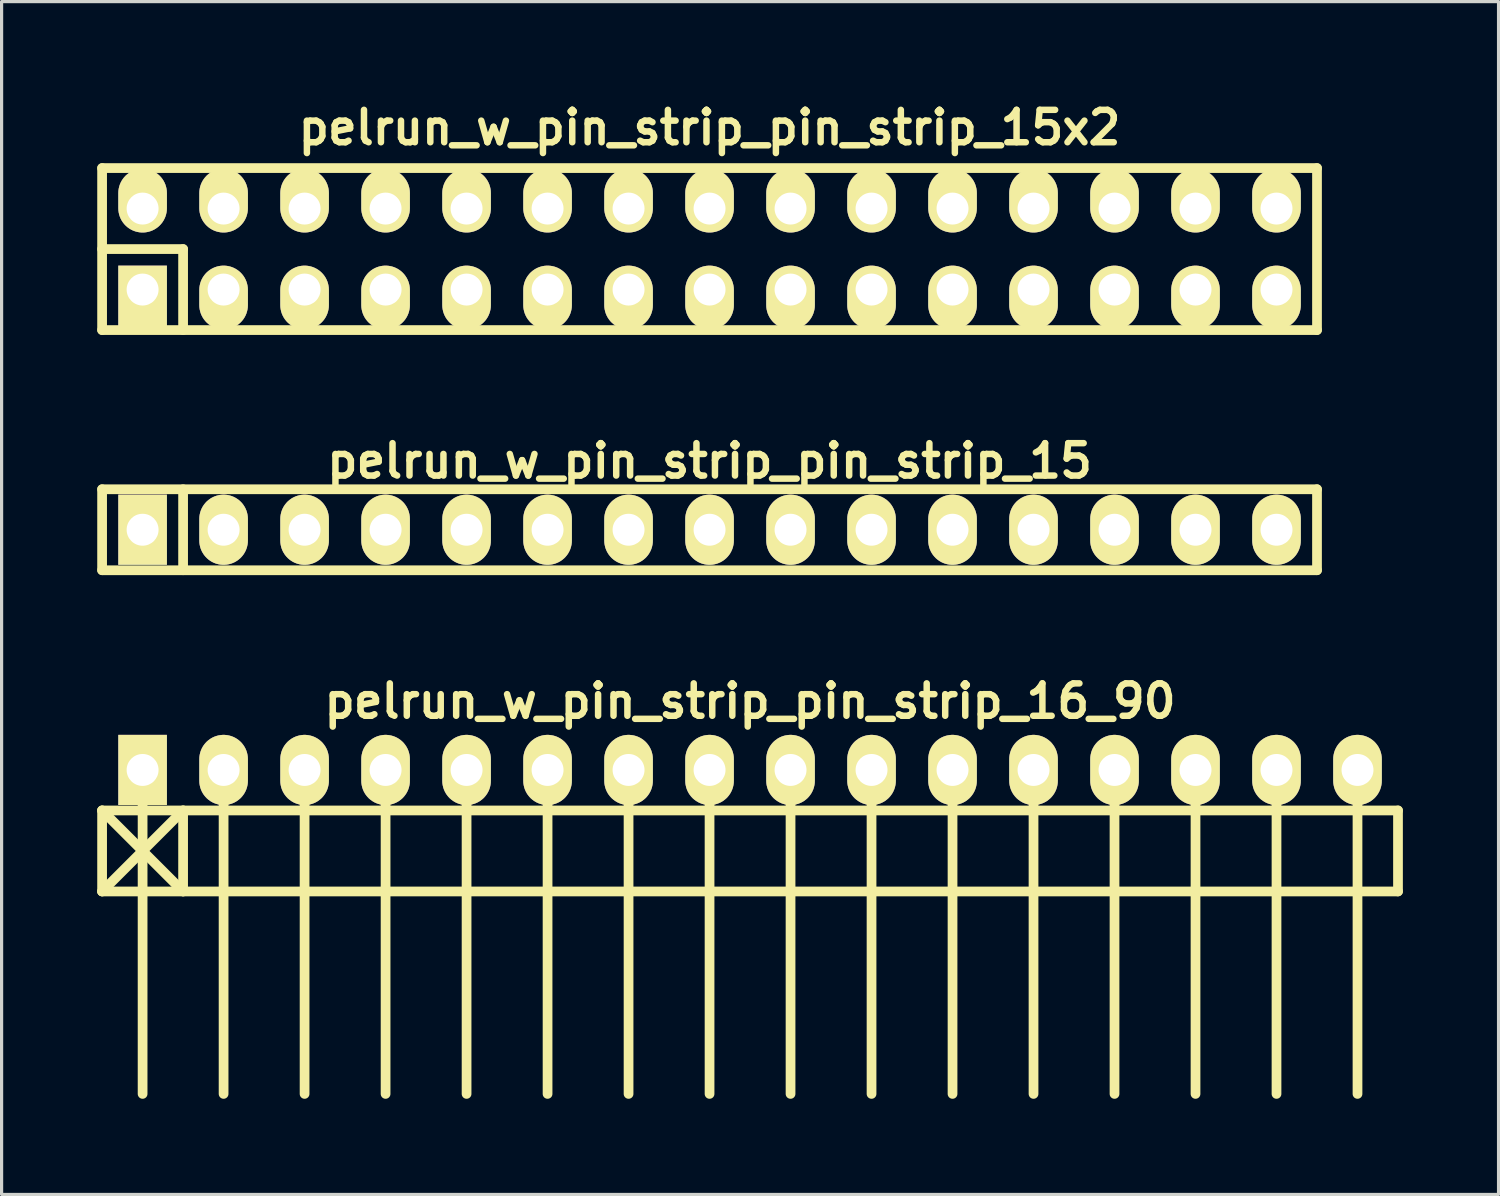
<source format=kicad_pcb>
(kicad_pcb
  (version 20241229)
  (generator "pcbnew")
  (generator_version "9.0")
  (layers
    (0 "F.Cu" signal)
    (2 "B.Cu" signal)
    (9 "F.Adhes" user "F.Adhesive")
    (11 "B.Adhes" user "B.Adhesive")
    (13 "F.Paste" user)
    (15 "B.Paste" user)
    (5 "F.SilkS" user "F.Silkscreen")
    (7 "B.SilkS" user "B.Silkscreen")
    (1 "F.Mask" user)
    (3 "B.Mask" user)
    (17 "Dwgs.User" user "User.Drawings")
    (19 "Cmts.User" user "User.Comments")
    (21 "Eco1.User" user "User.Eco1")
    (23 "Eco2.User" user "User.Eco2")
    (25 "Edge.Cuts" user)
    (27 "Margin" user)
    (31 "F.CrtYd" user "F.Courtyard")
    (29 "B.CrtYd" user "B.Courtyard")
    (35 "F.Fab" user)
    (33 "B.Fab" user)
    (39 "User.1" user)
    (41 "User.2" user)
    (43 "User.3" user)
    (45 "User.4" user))
  (footprint "pelrun_w_pin_strip_pin_strip_16_90"
    (layer "F.Cu")
    (at 20.472 21.096)
    (property "Reference" "pelrun_w_pin_strip_pin_strip_16_90" (at 0 -2.159 0) (layer "F.SilkS") (effects (font (size 1.016 1.016) (thickness 0.203))))
    (attr through_hole)
    (fp_line (start -20.32 1.27) (end 20.32 1.27) (stroke (width 0.305) (type solid)) (layer "F.SilkS"))
    (fp_line (start -20.32 3.81) (end -20.32 1.27) (stroke (width 0.305) (type solid)) (layer "F.SilkS"))
    (fp_line (start -20.32 3.81) (end -17.78 1.27) (stroke (width 0.305) (type solid)) (layer "F.SilkS"))
    (fp_line (start -19.05 0) (end -19.05 10.16) (stroke (width 0.305) (type solid)) (layer "F.SilkS"))
    (fp_line (start -17.78 1.27) (end -17.78 3.81) (stroke (width 0.305) (type solid)) (layer "F.SilkS"))
    (fp_line (start -17.78 3.81) (end -20.32 1.27) (stroke (width 0.305) (type solid)) (layer "F.SilkS"))
    (fp_line (start -16.51 0) (end -16.51 10.16) (stroke (width 0.305) (type solid)) (layer "F.SilkS"))
    (fp_line (start -13.97 10.16) (end -13.97 0) (stroke (width 0.305) (type solid)) (layer "F.SilkS"))
    (fp_line (start -11.43 0) (end -11.43 10.16) (stroke (width 0.305) (type solid)) (layer "F.SilkS"))
    (fp_line (start -8.89 0) (end -8.89 10.16) (stroke (width 0.305) (type solid)) (layer "F.SilkS"))
    (fp_line (start -6.35 0) (end -6.35 10.16) (stroke (width 0.305) (type solid)) (layer "F.SilkS"))
    (fp_line (start -3.81 0) (end -3.81 10.16) (stroke (width 0.305) (type solid)) (layer "F.SilkS"))
    (fp_line (start -1.27 0) (end -1.27 10.16) (stroke (width 0.305) (type solid)) (layer "F.SilkS"))
    (fp_line (start 1.27 0) (end 1.27 10.16) (stroke (width 0.305) (type solid)) (layer "F.SilkS"))
    (fp_line (start 3.81 0) (end 3.81 10.16) (stroke (width 0.305) (type solid)) (layer "F.SilkS"))
    (fp_line (start 6.35 0) (end 6.35 10.16) (stroke (width 0.305) (type solid)) (layer "F.SilkS"))
    (fp_line (start 8.89 0) (end 8.89 10.16) (stroke (width 0.305) (type solid)) (layer "F.SilkS"))
    (fp_line (start 11.43 10.16) (end 11.43 0) (stroke (width 0.305) (type solid)) (layer "F.SilkS"))
    (fp_line (start 13.97 0) (end 13.97 10.16) (stroke (width 0.305) (type solid)) (layer "F.SilkS"))
    (fp_line (start 16.51 0) (end 16.51 10.16) (stroke (width 0.305) (type solid)) (layer "F.SilkS"))
    (fp_line (start 19.05 0) (end 19.05 10.16) (stroke (width 0.305) (type solid)) (layer "F.SilkS"))
    (fp_line (start 20.32 1.27) (end 20.32 3.81) (stroke (width 0.305) (type solid)) (layer "F.SilkS"))
    (fp_line (start 20.32 3.81) (end -20.32 3.81) (stroke (width 0.305) (type solid)) (layer "F.SilkS"))
    (pad "1" thru_hole rect (at -19.05 0) (size 1.524 2.2) (drill 1.001) (layers "*.Cu" "*.Mask" "F.SilkS"))
    (pad "2" thru_hole oval (at -16.51 0) (size 1.524 2.2) (drill 1.001) (layers "*.Cu" "*.Mask" "F.SilkS"))
    (pad "3" thru_hole oval (at -13.97 0) (size 1.524 2.2) (drill 1.001) (layers "*.Cu" "*.Mask" "F.SilkS"))
    (pad "4" thru_hole oval (at -11.43 0) (size 1.524 2.2) (drill 1.001) (layers "*.Cu" "*.Mask" "F.SilkS"))
    (pad "5" thru_hole oval (at -8.89 0) (size 1.524 2.2) (drill 1.001) (layers "*.Cu" "*.Mask" "F.SilkS"))
    (pad "6" thru_hole oval (at -6.35 0) (size 1.524 2.2) (drill 1.001) (layers "*.Cu" "*.Mask" "F.SilkS"))
    (pad "7" thru_hole oval (at -3.81 0) (size 1.524 2.2) (drill 1.001) (layers "*.Cu" "*.Mask" "F.SilkS"))
    (pad "8" thru_hole oval (at -1.27 0) (size 1.524 2.2) (drill 1.001) (layers "*.Cu" "*.Mask" "F.SilkS"))
    (pad "9" thru_hole oval (at 1.27 0) (size 1.524 2.2) (drill 1.001) (layers "*.Cu" "*.Mask" "F.SilkS"))
    (pad "10" thru_hole oval (at 3.81 0) (size 1.524 2.2) (drill 1.001) (layers "*.Cu" "*.Mask" "F.SilkS"))
    (pad "11" thru_hole oval (at 6.35 0) (size 1.524 2.2) (drill 1.001) (layers "*.Cu" "*.Mask" "F.SilkS"))
    (pad "12" thru_hole oval (at 8.89 0) (size 1.524 2.2) (drill 1.001) (layers "*.Cu" "*.Mask" "F.SilkS"))
    (pad "13" thru_hole oval (at 11.43 0) (size 1.524 2.2) (drill 1.001) (layers "*.Cu" "*.Mask" "F.SilkS"))
    (pad "14" thru_hole oval (at 13.97 0) (size 1.524 2.2) (drill 1.001) (layers "*.Cu" "*.Mask" "F.SilkS"))
    (pad "15" thru_hole oval (at 16.51 0) (size 1.524 2.2) (drill 1.001) (layers "*.Cu" "*.Mask" "F.SilkS"))
    (pad "16" thru_hole oval (at 19.05 0) (size 1.524 2.2) (drill 1.001) (layers "*.Cu" "*.Mask" "F.SilkS")))
  (footprint "pelrun_w_pin_strip_pin_strip_15"
    (layer "F.Cu")
    (at 19.202 13.563)
    (property "Reference" "pelrun_w_pin_strip_pin_strip_15" (at 0 -2.159 0) (layer "F.SilkS") (effects (font (size 1.016 1.016) (thickness 0.203))))
    (attr through_hole)
    (fp_line (start -19.05 -1.27) (end 19.05 -1.27) (stroke (width 0.305) (type solid)) (layer "F.SilkS"))
    (fp_line (start -19.05 1.27) (end -19.05 -1.27) (stroke (width 0.305) (type solid)) (layer "F.SilkS"))
    (fp_line (start -16.51 -1.27) (end -16.51 1.27) (stroke (width 0.305) (type solid)) (layer "F.SilkS"))
    (fp_line (start 19.05 -1.27) (end 19.05 1.27) (stroke (width 0.305) (type solid)) (layer "F.SilkS"))
    (fp_line (start 19.05 1.27) (end -19.05 1.27) (stroke (width 0.305) (type solid)) (layer "F.SilkS"))
    (pad "1" thru_hole rect (at -17.78 0) (size 1.524 2.2) (drill 1.001) (layers "*.Cu" "*.Mask" "F.SilkS"))
    (pad "2" thru_hole oval (at -15.24 0) (size 1.524 2.2) (drill 1.001) (layers "*.Cu" "*.Mask" "F.SilkS"))
    (pad "3" thru_hole oval (at -12.7 0) (size 1.524 2.2) (drill 1.001) (layers "*.Cu" "*.Mask" "F.SilkS"))
    (pad "4" thru_hole oval (at -10.16 0) (size 1.524 2.2) (drill 1.001) (layers "*.Cu" "*.Mask" "F.SilkS"))
    (pad "5" thru_hole oval (at -7.62 0) (size 1.524 2.2) (drill 1.001) (layers "*.Cu" "*.Mask" "F.SilkS"))
    (pad "6" thru_hole oval (at -5.08 0) (size 1.524 2.2) (drill 1.001) (layers "*.Cu" "*.Mask" "F.SilkS"))
    (pad "7" thru_hole oval (at -2.54 0) (size 1.524 2.2) (drill 1.001) (layers "*.Cu" "*.Mask" "F.SilkS"))
    (pad "8" thru_hole oval (at 0 0) (size 1.524 2.2) (drill 1.001) (layers "*.Cu" "*.Mask" "F.SilkS"))
    (pad "9" thru_hole oval (at 2.54 0) (size 1.524 2.2) (drill 1.001) (layers "*.Cu" "*.Mask" "F.SilkS"))
    (pad "10" thru_hole oval (at 5.08 0) (size 1.524 2.2) (drill 1.001) (layers "*.Cu" "*.Mask" "F.SilkS"))
    (pad "11" thru_hole oval (at 7.62 0) (size 1.524 2.2) (drill 1.001) (layers "*.Cu" "*.Mask" "F.SilkS"))
    (pad "12" thru_hole oval (at 10.16 0) (size 1.524 2.2) (drill 1.001) (layers "*.Cu" "*.Mask" "F.SilkS"))
    (pad "13" thru_hole oval (at 12.7 0) (size 1.524 2.2) (drill 1.001) (layers "*.Cu" "*.Mask" "F.SilkS"))
    (pad "14" thru_hole oval (at 15.24 0) (size 1.524 2.2) (drill 1.001) (layers "*.Cu" "*.Mask" "F.SilkS"))
    (pad "15" thru_hole oval (at 17.78 0) (size 1.524 2.2) (drill 1.001) (layers "*.Cu" "*.Mask" "F.SilkS")))
  (footprint "pelrun_w_pin_strip_pin_strip_15x2"
    (layer "F.Cu")
    (at 19.202 4.761)
    (property "Reference" "pelrun_w_pin_strip_pin_strip_15x2" (at 0 -3.81 0) (layer "F.SilkS") (effects (font (size 1.016 1.016) (thickness 0.203))))
    (attr through_hole)
    (fp_line (start -19.05 -2.54) (end -19.05 2.54) (stroke (width 0.305) (type solid)) (layer "F.SilkS"))
    (fp_line (start -19.05 -2.54) (end 19.05 -2.54) (stroke (width 0.305) (type solid)) (layer "F.SilkS"))
    (fp_line (start -19.05 0) (end -16.51 0) (stroke (width 0.305) (type solid)) (layer "F.SilkS"))
    (fp_line (start -16.51 0) (end -16.51 2.54) (stroke (width 0.305) (type solid)) (layer "F.SilkS"))
    (fp_line (start 19.05 2.54) (end -19.05 2.54) (stroke (width 0.305) (type solid)) (layer "F.SilkS"))
    (fp_line (start 19.05 2.54) (end 19.05 -2.54) (stroke (width 0.305) (type solid)) (layer "F.SilkS"))
    (pad "1" thru_hole rect (at -17.78 1.27) (size 1.524 1.999) (drill 1.001 (offset 0 0.249)) (layers "*.Cu" "*.Mask" "F.SilkS"))
    (pad "2" thru_hole oval (at -17.78 -1.27) (size 1.524 1.999) (drill 1.001 (offset 0 -0.249)) (layers "*.Cu" "*.Mask" "F.SilkS"))
    (pad "3" thru_hole oval (at -15.24 1.27) (size 1.524 1.999) (drill 1.001 (offset 0 0.249)) (layers "*.Cu" "*.Mask" "F.SilkS"))
    (pad "4" thru_hole oval (at -15.24 -1.27) (size 1.524 1.999) (drill 1.001 (offset 0 -0.249)) (layers "*.Cu" "*.Mask" "F.SilkS"))
    (pad "5" thru_hole oval (at -12.7 1.27) (size 1.524 1.999) (drill 1.001 (offset 0 0.249)) (layers "*.Cu" "*.Mask" "F.SilkS"))
    (pad "6" thru_hole oval (at -12.7 -1.27) (size 1.524 1.999) (drill 1.001 (offset 0 -0.249)) (layers "*.Cu" "*.Mask" "F.SilkS"))
    (pad "7" thru_hole oval (at -10.16 1.27) (size 1.524 1.999) (drill 1.001 (offset 0 0.249)) (layers "*.Cu" "*.Mask" "F.SilkS"))
    (pad "8" thru_hole oval (at -10.16 -1.27) (size 1.524 1.999) (drill 1.001 (offset 0 -0.249)) (layers "*.Cu" "*.Mask" "F.SilkS"))
    (pad "9" thru_hole oval (at -7.62 1.27) (size 1.524 1.999) (drill 1.001 (offset 0 0.249)) (layers "*.Cu" "*.Mask" "F.SilkS"))
    (pad "10" thru_hole oval (at -7.62 -1.27) (size 1.524 1.999) (drill 1.001 (offset 0 -0.249)) (layers "*.Cu" "*.Mask" "F.SilkS"))
    (pad "11" thru_hole oval (at -5.08 1.27) (size 1.524 1.999) (drill 1.001 (offset 0 0.249)) (layers "*.Cu" "*.Mask" "F.SilkS"))
    (pad "12" thru_hole oval (at -5.08 -1.27) (size 1.524 1.999) (drill 1.001 (offset 0 -0.249)) (layers "*.Cu" "*.Mask" "F.SilkS"))
    (pad "13" thru_hole oval (at -2.54 1.27) (size 1.524 1.999) (drill 1.001 (offset 0 0.249)) (layers "*.Cu" "*.Mask" "F.SilkS"))
    (pad "14" thru_hole oval (at -2.54 -1.27) (size 1.524 1.999) (drill 1.001 (offset 0 -0.249)) (layers "*.Cu" "*.Mask" "F.SilkS"))
    (pad "15" thru_hole oval (at 0 1.27) (size 1.524 1.999) (drill 1.001 (offset 0 0.249)) (layers "*.Cu" "*.Mask" "F.SilkS"))
    (pad "16" thru_hole oval (at 0 -1.27) (size 1.524 1.999) (drill 1.001 (offset 0 -0.249)) (layers "*.Cu" "*.Mask" "F.SilkS"))
    (pad "17" thru_hole oval (at 2.54 1.27) (size 1.524 1.999) (drill 1.001 (offset 0 0.249)) (layers "*.Cu" "*.Mask" "F.SilkS"))
    (pad "18" thru_hole oval (at 2.54 -1.27) (size 1.524 1.999) (drill 1.001 (offset 0 -0.249)) (layers "*.Cu" "*.Mask" "F.SilkS"))
    (pad "19" thru_hole oval (at 5.08 1.27) (size 1.524 1.999) (drill 1.001 (offset 0 0.249)) (layers "*.Cu" "*.Mask" "F.SilkS"))
    (pad "20" thru_hole oval (at 5.08 -1.27) (size 1.524 1.999) (drill 1.001 (offset 0 -0.249)) (layers "*.Cu" "*.Mask" "F.SilkS"))
    (pad "21" thru_hole oval (at 7.62 1.27) (size 1.524 1.999) (drill 1.001 (offset 0 0.249)) (layers "*.Cu" "*.Mask" "F.SilkS"))
    (pad "22" thru_hole oval (at 7.62 -1.27) (size 1.524 1.999) (drill 1.001 (offset 0 -0.249)) (layers "*.Cu" "*.Mask" "F.SilkS"))
    (pad "23" thru_hole oval (at 10.16 1.27) (size 1.524 1.999) (drill 1.001 (offset 0 0.249)) (layers "*.Cu" "*.Mask" "F.SilkS"))
    (pad "24" thru_hole oval (at 10.16 -1.27) (size 1.524 1.999) (drill 1.001 (offset 0 -0.249)) (layers "*.Cu" "*.Mask" "F.SilkS"))
    (pad "25" thru_hole oval (at 12.7 1.27) (size 1.524 1.999) (drill 1.001 (offset 0 0.249)) (layers "*.Cu" "*.Mask" "F.SilkS"))
    (pad "26" thru_hole oval (at 12.7 -1.27) (size 1.524 1.999) (drill 1.001 (offset 0 -0.249)) (layers "*.Cu" "*.Mask" "F.SilkS"))
    (pad "27" thru_hole oval (at 15.24 1.27) (size 1.524 1.999) (drill 1.001 (offset 0 0.249)) (layers "*.Cu" "*.Mask" "F.SilkS"))
    (pad "28" thru_hole oval (at 15.24 -1.27) (size 1.524 1.999) (drill 1.001 (offset 0 -0.249)) (layers "*.Cu" "*.Mask" "F.SilkS"))
    (pad "29" thru_hole oval (at 17.78 1.27) (size 1.524 1.999) (drill 1.001 (offset 0 0.249)) (layers "*.Cu" "*.Mask" "F.SilkS"))
    (pad "30" thru_hole oval (at 17.78 -1.27) (size 1.524 1.999) (drill 1.001 (offset 0 -0.249)) (layers "*.Cu" "*.Mask" "F.SilkS")))
  (gr_rect
    (start -3 -3)
    (end 43.945 34.408)
    (stroke (width 0.1) (type default))
    (fill no)
    (layer "Edge.Cuts")))
</source>
